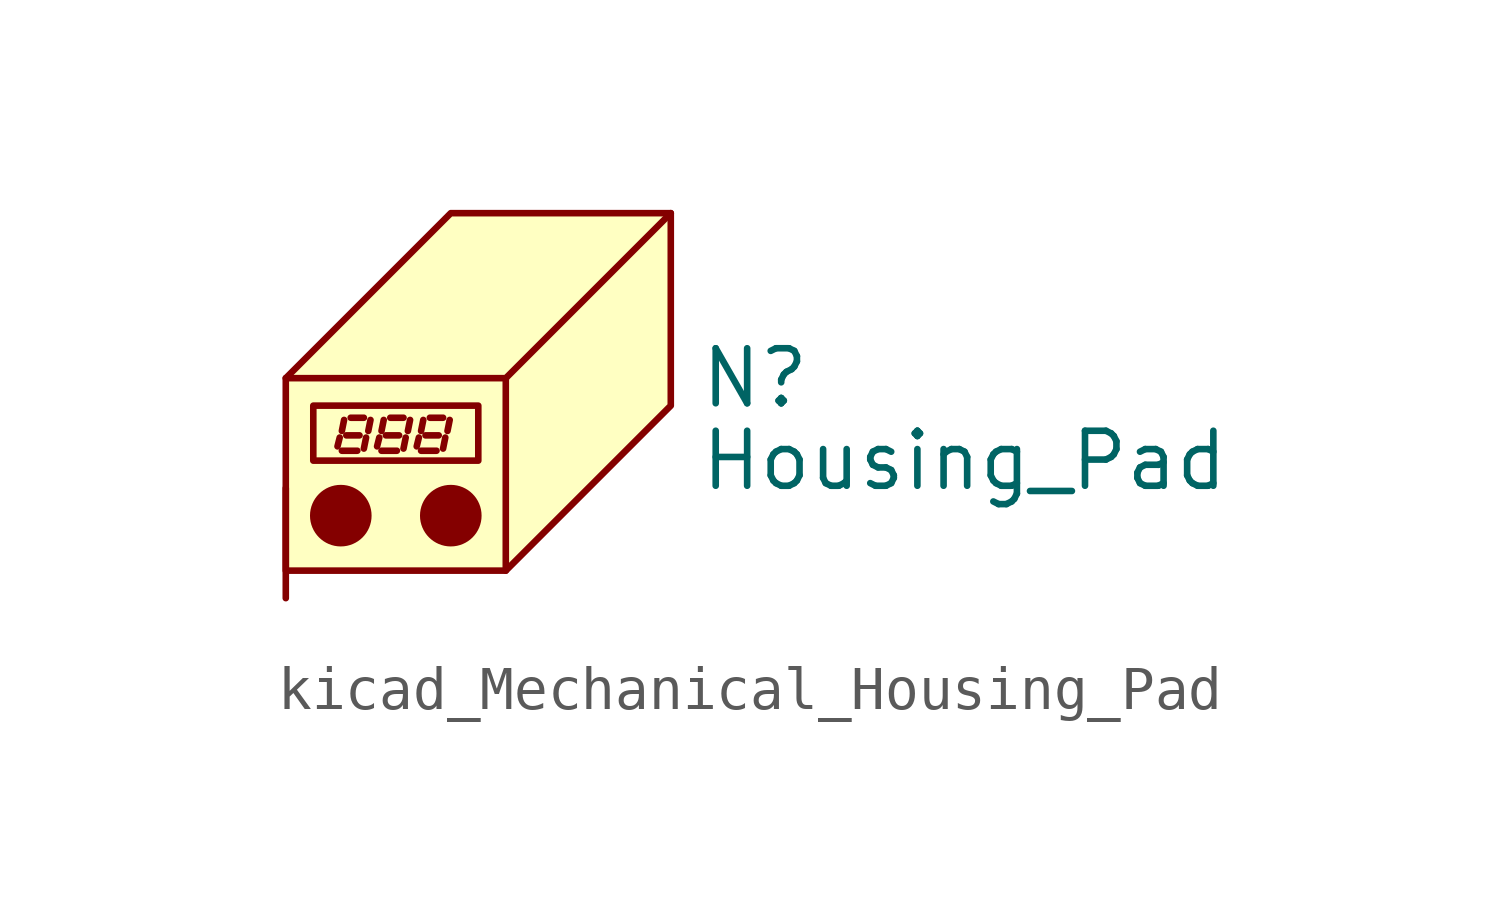
<source format=kicad_sym>
(kicad_symbol_lib
  (version 20220914)
  (generator kicad_symbol_editor)
  (symbol "kicad_Mechanical_Housing_Pad"
    (pin_numbers hide)
    (pin_names
      (offset 1.016) hide)
    (property "Reference" "N"
      (at 4.445 0 0)
      (effects (font (size 1.27 1.27)) (justify left)))
    (property "Value" "Housing_Pad"
      (at 4.445 -1.905 0)
      (effects (font (size 1.27 1.27)) (justify left)))
    (symbol "kicad_Mechanical_Housing_Pad_0_1"
      (rectangle (start -4.445 -0.635) (end -0.635 -1.905) (stroke (width 0) (type default)) (fill (type none)))
      (circle (center -3.81 -3.175) (radius 0.635) (stroke (width 0) (type default)) (fill (type outline)))
      (circle (center -1.27 -3.175) (radius 0.635) (stroke (width 0) (type default)) (fill (type outline)))
      (polyline (pts (xy -3.886 -1.575) (xy -3.835 -1.372)) (stroke (width 0) (type default)) (fill (type none)))
      (polyline (pts (xy -3.785 -1.676) (xy -3.429 -1.676)) (stroke (width 0) (type default)) (fill (type none)))
      (polyline (pts (xy -3.785 -1.219) (xy -3.734 -0.965)) (stroke (width 0) (type default)) (fill (type none)))
      (polyline (pts (xy -3.683 -1.321) (xy -3.378 -1.321)) (stroke (width 0) (type default)) (fill (type none)))
      (polyline (pts (xy -3.581 -0.914) (xy -3.277 -0.914)) (stroke (width 0) (type default)) (fill (type none)))
      (polyline (pts (xy -3.277 -1.626) (xy -3.226 -1.372)) (stroke (width 0) (type default)) (fill (type none)))
      (polyline (pts (xy -3.175 -1.219) (xy -3.124 -0.965)) (stroke (width 0) (type default)) (fill (type none)))
      (polyline (pts (xy -2.972 -1.575) (xy -2.921 -1.372)) (stroke (width 0) (type default)) (fill (type none)))
      (polyline (pts (xy -2.87 -1.676) (xy -2.515 -1.676)) (stroke (width 0) (type default)) (fill (type none)))
      (polyline (pts (xy -2.87 -1.219) (xy -2.819 -0.965)) (stroke (width 0) (type default)) (fill (type none)))
      (polyline (pts (xy -2.769 -1.321) (xy -2.464 -1.321)) (stroke (width 0) (type default)) (fill (type none)))
      (polyline (pts (xy -2.667 -0.914) (xy -2.362 -0.914)) (stroke (width 0) (type default)) (fill (type none)))
      (polyline (pts (xy -2.362 -1.626) (xy -2.311 -1.372)) (stroke (width 0) (type default)) (fill (type none)))
      (polyline (pts (xy -2.261 -1.219) (xy -2.21 -0.965)) (stroke (width 0) (type default)) (fill (type none)))
      (polyline (pts (xy -2.057 -1.575) (xy -2.007 -1.372)) (stroke (width 0) (type default)) (fill (type none)))
      (polyline (pts (xy -1.956 -1.676) (xy -1.6 -1.676)) (stroke (width 0) (type default)) (fill (type none)))
      (polyline (pts (xy -1.956 -1.219) (xy -1.905 -0.965)) (stroke (width 0) (type default)) (fill (type none)))
      (polyline (pts (xy -1.854 -1.321) (xy -1.549 -1.321)) (stroke (width 0) (type default)) (fill (type none)))
      (polyline (pts (xy -1.753 -0.914) (xy -1.448 -0.914)) (stroke (width 0) (type default)) (fill (type none)))
      (polyline (pts (xy -1.448 -1.626) (xy -1.397 -1.372)) (stroke (width 0) (type default)) (fill (type none)))
      (polyline (pts (xy -1.346 -1.219) (xy -1.295 -0.965)) (stroke (width 0) (type default)) (fill (type none)))
      (polyline (pts (xy 0 0) (xy 0 -4.445)) (stroke (width 0) (type default)) (fill (type none)))
      (polyline (pts (xy -5.08 0) (xy 0 0) (xy 3.81 3.81)) (stroke (width 0) (type default)) (fill (type none)))
      (polyline (pts (xy -5.08 0) (xy -5.08 -4.445) (xy 0 -4.445) (xy 3.81 -0.635) (xy 3.81 3.81) (xy -1.27 3.81) (xy -5.08 0)) (stroke (width 0) (type default)) (fill (type background))))
    (symbol "kicad_Mechanical_Housing_Pad_1_1"
      (pin input line (at -5.08 -5.08 90) (length 2.54) (name "PAD" (effects (font (size 1.27 1.27)))) (number "1" (effects (font (size 1.27 1.27))))))))
</source>
